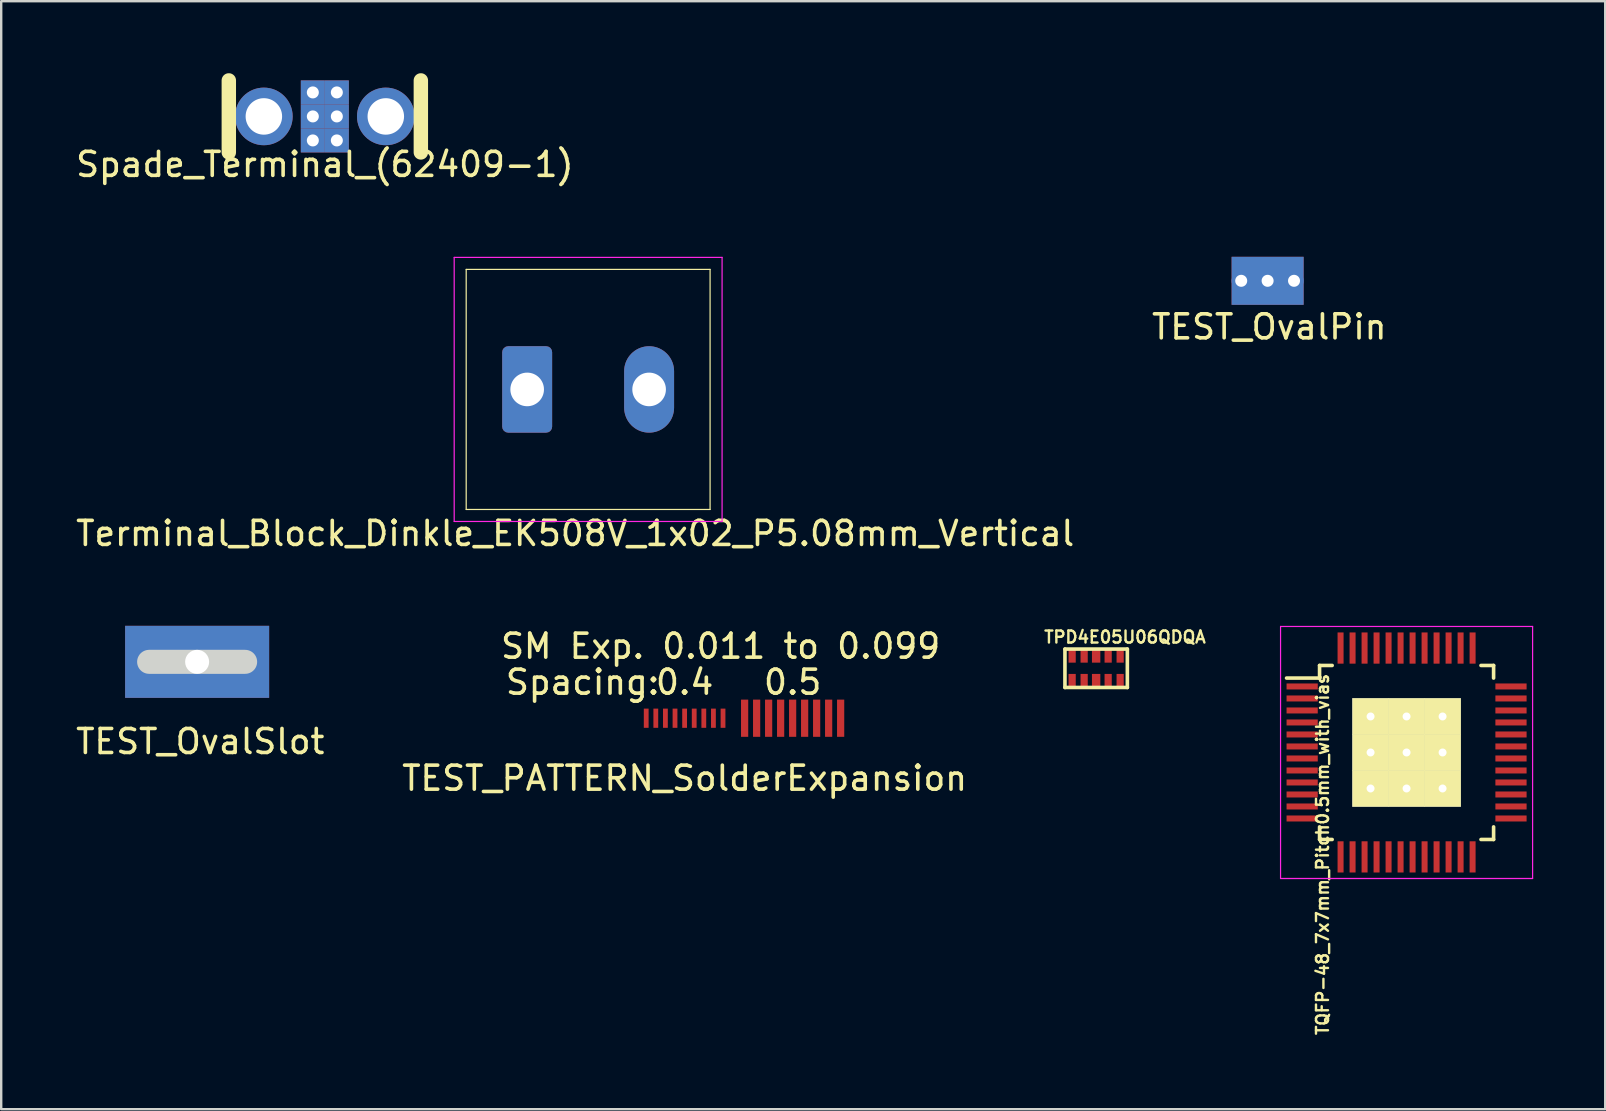
<source format=kicad_pcb>
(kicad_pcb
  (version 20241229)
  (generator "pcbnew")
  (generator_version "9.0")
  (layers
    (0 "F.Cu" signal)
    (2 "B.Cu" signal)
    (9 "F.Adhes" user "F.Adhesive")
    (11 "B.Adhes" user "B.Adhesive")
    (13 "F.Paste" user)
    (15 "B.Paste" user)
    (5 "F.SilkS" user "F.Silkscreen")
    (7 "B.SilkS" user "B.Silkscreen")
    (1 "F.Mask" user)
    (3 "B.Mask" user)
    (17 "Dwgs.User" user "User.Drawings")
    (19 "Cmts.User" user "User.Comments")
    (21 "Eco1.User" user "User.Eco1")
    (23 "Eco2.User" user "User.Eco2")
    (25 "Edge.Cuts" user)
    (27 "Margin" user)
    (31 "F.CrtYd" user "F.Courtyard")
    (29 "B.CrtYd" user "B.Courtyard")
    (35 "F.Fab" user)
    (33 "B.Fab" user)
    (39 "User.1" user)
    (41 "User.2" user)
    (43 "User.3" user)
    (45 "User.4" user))
  (footprint "Spade_Terminal_(62409-1)"
    (layer "F.Cu")
    (at 10.482 1.8)
    (property "Reference" "Spade_Terminal_(62409-1)" (at 0 2 0) (layer "F.SilkS") (effects (font (size 1 1) (thickness 0.15))))
    (attr through_hole)
    (fp_line (start -4 -1.5) (end -4 1.5) (stroke (width 0.6) (type solid)) (layer "F.SilkS"))
    (fp_line (start 4 -1.5) (end 4 1.5) (stroke (width 0.6) (type solid)) (layer "F.SilkS"))
    (pad "1" thru_hole circle (at -2.54 0) (size 2.4 2.4) (drill 1.52) (layers "*.Cu" "*.Mask"))
    (pad "1" thru_hole rect (at -0.5 -1) (size 1 1) (drill 0.5) (layers "*.Cu" "*.Mask"))
    (pad "1" thru_hole rect (at -0.5 0) (size 1 1) (drill 0.5) (layers "*.Cu" "*.Mask"))
    (pad "1" thru_hole rect (at -0.5 1) (size 1 1) (drill 0.5) (layers "*.Cu" "*.Mask"))
    (pad "1" thru_hole rect (at 0.5 -1) (size 1 1) (drill 0.5) (layers "*.Cu" "*.Mask"))
    (pad "1" thru_hole rect (at 0.5 0) (size 1 1) (drill 0.5) (layers "*.Cu" "*.Mask"))
    (pad "1" thru_hole rect (at 0.5 1) (size 1 1) (drill 0.5) (layers "*.Cu" "*.Mask"))
    (pad "1" thru_hole circle (at 2.54 0) (size 2.4 2.4) (drill 1.52) (layers "*.Cu" "*.Mask")))
  (footprint "TPD4E05U06QDQA"
    (layer "F.Cu")
    (at 42.614 24.79)
    (property "Reference" "TPD4E05U06QDQA" (at 1.2 -1.3 0) (layer "F.SilkS") (effects (font (size 0.5 0.5) (thickness 0.1))))
    (attr through_hole)
    (fp_line (start -1.3 -0.8) (end 1.3 -0.8) (stroke (width 0.15) (type solid)) (layer "F.SilkS"))
    (fp_line (start -1.3 0.8) (end -1.3 -0.8) (stroke (width 0.15) (type solid)) (layer "F.SilkS"))
    (fp_line (start 1.3 -0.8) (end 1.3 0.8) (stroke (width 0.15) (type solid)) (layer "F.SilkS"))
    (fp_line (start 1.3 0.8) (end -1.3 0.8) (stroke (width 0.15) (type solid)) (layer "F.SilkS"))
    (pad "1" smd rect (at -1 -0.51) (size 0.3 0.55) (layers "F.Cu" "F.Mask" "F.Paste"))
    (pad "2" smd rect (at -0.5 -0.51) (size 0.3 0.55) (layers "F.Cu" "F.Mask" "F.Paste"))
    (pad "3" smd rect (at 0 -0.51) (size 0.35 0.55) (layers "F.Cu" "F.Mask" "F.Paste"))
    (pad "4" smd rect (at 0.5 -0.51) (size 0.3 0.55) (layers "F.Cu" "F.Mask" "F.Paste"))
    (pad "5" smd rect (at 1 -0.51) (size 0.3 0.55) (layers "F.Cu" "F.Mask" "F.Paste"))
    (pad "6" smd rect (at 1 0.51) (size 0.3 0.55) (layers "F.Cu" "F.Mask" "F.Paste"))
    (pad "7" smd rect (at 0.5 0.51) (size 0.3 0.55) (layers "F.Cu" "F.Mask" "F.Paste"))
    (pad "8" smd rect (at 0 0.51) (size 0.35 0.55) (layers "F.Cu" "F.Mask" "F.Paste"))
    (pad "9" smd rect (at -0.5 0.51) (size 0.3 0.55) (layers "F.Cu" "F.Mask" "F.Paste"))
    (pad "10" smd rect (at -1 0.51) (size 0.3 0.55) (layers "F.Cu" "F.Mask" "F.Paste")))
  (footprint "TEST_PATTERN_SolderExpansion"
    (layer "F.Cu")
    (at 25.47 27.87)
    (property "Reference" "TEST_PATTERN_SolderExpansion" (at 0 1.5 0) (layer "F.SilkS") (effects (font (size 1 1) (thickness 0.15))))
    (attr through_hole)
    (fp_text user "0.5" (at 4.5 -2.5 0) (layer "F.SilkS") (effects (font (size 1 1) (thickness 0.15))))
    (fp_text user "SM Exp. 0.011 to 0.099" (at 1.5 -4 0) (layer "F.SilkS") (effects (font (size 1 1) (thickness 0.15))))
    (fp_text user "Spacing:" (at -4.25 -2.5 0) (layer "F.SilkS") (effects (font (size 1 1) (thickness 0.15))))
    (fp_text user "0.4" (at 0 -2.5 0) (layer "F.SilkS") (effects (font (size 1 1) (thickness 0.15))))
    (pad "1" smd rect (at -1.6 -1) (size 0.2 0.8) (layers "F.Cu" "F.Mask" "F.Paste"))
    (pad "1" smd rect (at 2.5 -1) (size 0.3 1.55) (layers "F.Cu" "F.Mask" "F.Paste"))
    (pad "2" smd rect (at -1.2 -1) (size 0.2 0.8) (layers "F.Cu" "F.Mask" "F.Paste"))
    (pad "2" smd rect (at 3 -1) (size 0.3 1.55) (layers "F.Cu" "F.Mask" "F.Paste"))
    (pad "3" smd rect (at -0.8 -1) (size 0.2 0.8) (layers "F.Cu" "F.Mask" "F.Paste"))
    (pad "3" smd rect (at 3.5 -1) (size 0.3 1.55) (layers "F.Cu" "F.Mask" "F.Paste"))
    (pad "4" smd rect (at -0.4 -1) (size 0.2 0.8) (layers "F.Cu" "F.Mask" "F.Paste"))
    (pad "4" smd rect (at 4 -1) (size 0.3 1.55) (layers "F.Cu" "F.Mask" "F.Paste"))
    (pad "5" smd rect (at 0 -1) (size 0.2 0.8) (layers "F.Cu" "F.Mask" "F.Paste"))
    (pad "5" smd rect (at 4.5 -1) (size 0.3 1.55) (layers "F.Cu" "F.Mask" "F.Paste"))
    (pad "6" smd rect (at 0.4 -1) (size 0.2 0.8) (layers "F.Cu" "F.Mask" "F.Paste"))
    (pad "6" smd rect (at 5 -1) (size 0.3 1.55) (layers "F.Cu" "F.Mask" "F.Paste"))
    (pad "7" smd rect (at 0.8 -1) (size 0.2 0.8) (layers "F.Cu" "F.Mask" "F.Paste"))
    (pad "7" smd rect (at 5.5 -1) (size 0.3 1.55) (layers "F.Cu" "F.Mask" "F.Paste"))
    (pad "8" smd rect (at 1.2 -1) (size 0.2 0.8) (layers "F.Cu" "F.Mask" "F.Paste"))
    (pad "8" smd rect (at 6 -1) (size 0.3 1.55) (layers "F.Cu" "F.Mask" "F.Paste"))
    (pad "9" smd rect (at 1.6 -1) (size 0.2 0.8) (layers "F.Cu" "F.Mask" "F.Paste"))
    (pad "9" smd rect (at 6.5 -1) (size 0.3 1.55) (layers "F.Cu" "F.Mask" "F.Paste")))
  (footprint "TEST_OvalSlot"
    (layer "F.Cu")
    (at 5.162 24.521)
    (property "Reference" "TEST_OvalSlot" (at 0.13 3.32 0) (layer "F.SilkS") (effects (font (size 1 1) (thickness 0.15))))
    (attr through_hole)
    (fp_line (start -2 0) (end 2 0) (stroke (width 1) (type solid)) (layer "Edge.Cuts"))
    (pad "1" thru_hole rect (at 0 0) (size 6 3) (drill 1) (layers "*.Cu" "*.Mask")))
  (footprint "Terminal_Block_Dinkle_EK508V_1x02_P5.08mm_Vertical"
    (layer "F.Cu")
    (at 18.911 13.173)
    (property "Reference" "Terminal_Block_Dinkle_EK508V_1x02_P5.08mm_Vertical" (at 2 6 180) (layer "F.SilkS") (effects (font (size 1 1) (thickness 0.15))))
    (attr through_hole)
    (fp_line (start -2.54 -5) (end -2.54 5) (stroke (width 0.05) (type solid)) (layer "F.SilkS"))
    (fp_line (start 7.62 -5) (end -2.54 -5) (stroke (width 0.05) (type solid)) (layer "F.SilkS"))
    (fp_line (start 7.62 -5) (end 7.62 5) (stroke (width 0.05) (type solid)) (layer "F.SilkS"))
    (fp_line (start 7.62 5) (end -2.54 5) (stroke (width 0.05) (type solid)) (layer "F.SilkS"))
    (fp_line (start -3.04 -5.5) (end -3.04 5.5) (stroke (width 0.05) (type solid)) (layer "F.CrtYd"))
    (fp_line (start 8.12 -5.5) (end -3.04 -5.5) (stroke (width 0.05) (type solid)) (layer "F.CrtYd"))
    (fp_line (start 8.12 -5.5) (end 8.12 5.5) (stroke (width 0.05) (type solid)) (layer "F.CrtYd"))
    (fp_line (start 8.12 5.5) (end -3.04 5.5) (stroke (width 0.05) (type solid)) (layer "F.CrtYd"))
    (pad "1" thru_hole roundrect (at 0 0) (size 2.08 3.6) (drill 1.4) (layers "*.Cu" "*.Mask") (roundrect_rratio 0.12))
    (pad "2" thru_hole oval (at 5.08 0) (size 2.08 3.6) (drill 1.4) (layers "*.Cu" "*.Mask")))
  (footprint "TEST_OvalPin"
    (layer "F.Cu")
    (at 49.757 8.648)
    (property "Reference" "TEST_OvalPin" (at 0.07 1.92 0) (layer "F.SilkS") (effects (font (size 1 1) (thickness 0.15))))
    (attr through_hole)
    (pad "1" thru_hole circle (at -1.1 0) (size 0.8 0.8) (drill 0.5) (layers "*.Cu" "*.Mask"))
    (pad "1" thru_hole rect (at 0 0) (size 3 2) (drill 0.5) (layers "*.Cu" "*.Mask"))
    (pad "1" thru_hole circle (at 1.1 0) (size 0.8 0.8) (drill 0.5) (layers "*.Cu" "*.Mask")))
  (footprint "TQFP-48_7x7mm_Pitch0.5mm_with_vias"
    (layer "F.Cu")
    (at 55.546 28.297)
    (property "Reference" "TQFP-48_7x7mm_Pitch0.5mm_with_vias" (at -3.5 4.25 90) (layer "F.SilkS") (effects (font (size 0.5 0.5) (thickness 0.1))))
    (attr smd)
    (fp_line (start -3.625 -3.625) (end -3.625 -3.1) (stroke (width 0.15) (type solid)) (layer "F.SilkS"))
    (fp_line (start -3.625 -3.625) (end -3.1 -3.625) (stroke (width 0.15) (type solid)) (layer "F.SilkS"))
    (fp_line (start -3.625 -3.1) (end -5 -3.1) (stroke (width 0.15) (type solid)) (layer "F.SilkS"))
    (fp_line (start -3.625 3.625) (end -3.625 3.1) (stroke (width 0.15) (type solid)) (layer "F.SilkS"))
    (fp_line (start -3.625 3.625) (end -3.1 3.625) (stroke (width 0.15) (type solid)) (layer "F.SilkS"))
    (fp_line (start 3.625 -3.625) (end 3.1 -3.625) (stroke (width 0.15) (type solid)) (layer "F.SilkS"))
    (fp_line (start 3.625 -3.625) (end 3.625 -3.1) (stroke (width 0.15) (type solid)) (layer "F.SilkS"))
    (fp_line (start 3.625 3.625) (end 3.1 3.625) (stroke (width 0.15) (type solid)) (layer "F.SilkS"))
    (fp_line (start 3.625 3.625) (end 3.625 3.1) (stroke (width 0.15) (type solid)) (layer "F.SilkS"))
    (fp_line (start -5.25 -5.25) (end -5.25 5.25) (stroke (width 0.05) (type solid)) (layer "F.CrtYd"))
    (fp_line (start -5.25 -5.25) (end 5.25 -5.25) (stroke (width 0.05) (type solid)) (layer "F.CrtYd"))
    (fp_line (start -5.25 5.25) (end 5.25 5.25) (stroke (width 0.05) (type solid)) (layer "F.CrtYd"))
    (fp_line (start 5.25 -5.25) (end 5.25 5.25) (stroke (width 0.05) (type solid)) (layer "F.CrtYd"))
    (pad "1" smd rect (at -4.35 -2.75) (size 1.3 0.25) (layers "F.Cu" "F.Mask" "F.Paste"))
    (pad "2" smd rect (at -4.35 -2.25) (size 1.3 0.25) (layers "F.Cu" "F.Mask" "F.Paste"))
    (pad "3" smd rect (at -4.35 -1.75) (size 1.3 0.25) (layers "F.Cu" "F.Mask" "F.Paste"))
    (pad "4" smd rect (at -4.35 -1.25) (size 1.3 0.25) (layers "F.Cu" "F.Mask" "F.Paste"))
    (pad "5" smd rect (at -4.35 -0.75) (size 1.3 0.25) (layers "F.Cu" "F.Mask" "F.Paste"))
    (pad "6" smd rect (at -4.35 -0.25) (size 1.3 0.25) (layers "F.Cu" "F.Mask" "F.Paste"))
    (pad "7" smd rect (at -4.35 0.25) (size 1.3 0.25) (layers "F.Cu" "F.Mask" "F.Paste"))
    (pad "8" smd rect (at -4.35 0.75) (size 1.3 0.25) (layers "F.Cu" "F.Mask" "F.Paste"))
    (pad "9" smd rect (at -4.35 1.25) (size 1.3 0.25) (layers "F.Cu" "F.Mask" "F.Paste"))
    (pad "10" smd rect (at -4.35 1.75) (size 1.3 0.25) (layers "F.Cu" "F.Mask" "F.Paste"))
    (pad "11" smd rect (at -4.35 2.25) (size 1.3 0.25) (layers "F.Cu" "F.Mask" "F.Paste"))
    (pad "12" smd rect (at -4.35 2.75) (size 1.3 0.25) (layers "F.Cu" "F.Mask" "F.Paste"))
    (pad "13" smd rect (at -2.75 4.35 90) (size 1.3 0.25) (layers "F.Cu" "F.Mask" "F.Paste"))
    (pad "14" smd rect (at -2.25 4.35 90) (size 1.3 0.25) (layers "F.Cu" "F.Mask" "F.Paste"))
    (pad "15" smd rect (at -1.75 4.35 90) (size 1.3 0.25) (layers "F.Cu" "F.Mask" "F.Paste"))
    (pad "16" smd rect (at -1.25 4.35 90) (size 1.3 0.25) (layers "F.Cu" "F.Mask" "F.Paste"))
    (pad "17" smd rect (at -0.75 4.35 90) (size 1.3 0.25) (layers "F.Cu" "F.Mask" "F.Paste"))
    (pad "18" smd rect (at -0.25 4.35 90) (size 1.3 0.25) (layers "F.Cu" "F.Mask" "F.Paste"))
    (pad "19" smd rect (at 0.25 4.35 90) (size 1.3 0.25) (layers "F.Cu" "F.Mask" "F.Paste"))
    (pad "20" smd rect (at 0.75 4.35 90) (size 1.3 0.25) (layers "F.Cu" "F.Mask" "F.Paste"))
    (pad "21" smd rect (at 1.25 4.35 90) (size 1.3 0.25) (layers "F.Cu" "F.Mask" "F.Paste"))
    (pad "22" smd rect (at 1.75 4.35 90) (size 1.3 0.25) (layers "F.Cu" "F.Mask" "F.Paste"))
    (pad "23" smd rect (at 2.25 4.35 90) (size 1.3 0.25) (layers "F.Cu" "F.Mask" "F.Paste"))
    (pad "24" smd rect (at 2.75 4.35 90) (size 1.3 0.25) (layers "F.Cu" "F.Mask" "F.Paste"))
    (pad "25" smd rect (at 4.35 2.75) (size 1.3 0.25) (layers "F.Cu" "F.Mask" "F.Paste"))
    (pad "26" smd rect (at 4.35 2.25) (size 1.3 0.25) (layers "F.Cu" "F.Mask" "F.Paste"))
    (pad "27" smd rect (at 4.35 1.75) (size 1.3 0.25) (layers "F.Cu" "F.Mask" "F.Paste"))
    (pad "28" smd rect (at 4.35 1.25) (size 1.3 0.25) (layers "F.Cu" "F.Mask" "F.Paste"))
    (pad "29" smd rect (at 4.35 0.75) (size 1.3 0.25) (layers "F.Cu" "F.Mask" "F.Paste"))
    (pad "30" smd rect (at 4.35 0.25) (size 1.3 0.25) (layers "F.Cu" "F.Mask" "F.Paste"))
    (pad "31" smd rect (at 4.35 -0.25) (size 1.3 0.25) (layers "F.Cu" "F.Mask" "F.Paste"))
    (pad "32" smd rect (at 4.35 -0.75) (size 1.3 0.25) (layers "F.Cu" "F.Mask" "F.Paste"))
    (pad "33" smd rect (at 4.35 -1.25) (size 1.3 0.25) (layers "F.Cu" "F.Mask" "F.Paste"))
    (pad "34" smd rect (at 4.35 -1.75) (size 1.3 0.25) (layers "F.Cu" "F.Mask" "F.Paste"))
    (pad "35" smd rect (at 4.35 -2.25) (size 1.3 0.25) (layers "F.Cu" "F.Mask" "F.Paste"))
    (pad "36" smd rect (at 4.35 -2.75) (size 1.3 0.25) (layers "F.Cu" "F.Mask" "F.Paste"))
    (pad "37" smd rect (at 2.75 -4.35 90) (size 1.3 0.25) (layers "F.Cu" "F.Mask" "F.Paste"))
    (pad "38" smd rect (at 2.25 -4.35 90) (size 1.3 0.25) (layers "F.Cu" "F.Mask" "F.Paste"))
    (pad "39" smd rect (at 1.75 -4.35 90) (size 1.3 0.25) (layers "F.Cu" "F.Mask" "F.Paste"))
    (pad "40" smd rect (at 1.25 -4.35 90) (size 1.3 0.25) (layers "F.Cu" "F.Mask" "F.Paste"))
    (pad "41" smd rect (at 0.75 -4.35 90) (size 1.3 0.25) (layers "F.Cu" "F.Mask" "F.Paste"))
    (pad "42" smd rect (at 0.25 -4.35 90) (size 1.3 0.25) (layers "F.Cu" "F.Mask" "F.Paste"))
    (pad "43" smd rect (at -0.25 -4.35 90) (size 1.3 0.25) (layers "F.Cu" "F.Mask" "F.Paste"))
    (pad "44" smd rect (at -0.75 -4.35 90) (size 1.3 0.25) (layers "F.Cu" "F.Mask" "F.Paste"))
    (pad "45" smd rect (at -1.25 -4.35 90) (size 1.3 0.25) (layers "F.Cu" "F.Mask" "F.Paste"))
    (pad "46" smd rect (at -1.75 -4.35 90) (size 1.3 0.25) (layers "F.Cu" "F.Mask" "F.Paste"))
    (pad "47" smd rect (at -2.25 -4.35 90) (size 1.3 0.25) (layers "F.Cu" "F.Mask" "F.Paste"))
    (pad "48" smd rect (at -2.75 -4.35 90) (size 1.3 0.25) (layers "F.Cu" "F.Mask" "F.Paste"))
    (pad "GND" thru_hole rect (at -1.5 -1.5) (size 1.524 1.524) (drill 0.331) (layers "*.Cu" "*.Mask" "F.SilkS"))
    (pad "GND" thru_hole rect (at -1.5 0) (size 1.524 1.524) (drill 0.331) (layers "*.Cu" "*.Mask" "F.SilkS"))
    (pad "GND" thru_hole rect (at -1.5 1.5) (size 1.524 1.524) (drill 0.331) (layers "*.Cu" "*.Mask" "F.SilkS"))
    (pad "GND" thru_hole rect (at 0 -1.5) (size 1.524 1.524) (drill 0.331) (layers "*.Cu" "*.Mask" "F.SilkS"))
    (pad "GND" thru_hole rect (at 0 0) (size 1.524 1.524) (drill 0.331) (layers "*.Cu" "*.Mask" "F.SilkS"))
    (pad "GND" thru_hole rect (at 0 1.5) (size 1.524 1.524) (drill 0.331) (layers "*.Cu" "*.Mask" "F.SilkS"))
    (pad "GND" thru_hole rect (at 1.5 -1.5) (size 1.524 1.524) (drill 0.331) (layers "*.Cu" "*.Mask" "F.SilkS"))
    (pad "GND" thru_hole rect (at 1.5 0) (size 1.524 1.524) (drill 0.331) (layers "*.Cu" "*.Mask" "F.SilkS"))
    (pad "GND" thru_hole rect (at 1.5 1.5) (size 1.524 1.524) (drill 0.331) (layers "*.Cu" "*.Mask" "F.SilkS")))
  (gr_rect
    (start -3 -3)
    (end 63.821 43.158)
    (stroke (width 0.1) (type default))
    (fill no)
    (layer "Edge.Cuts")))
</source>
